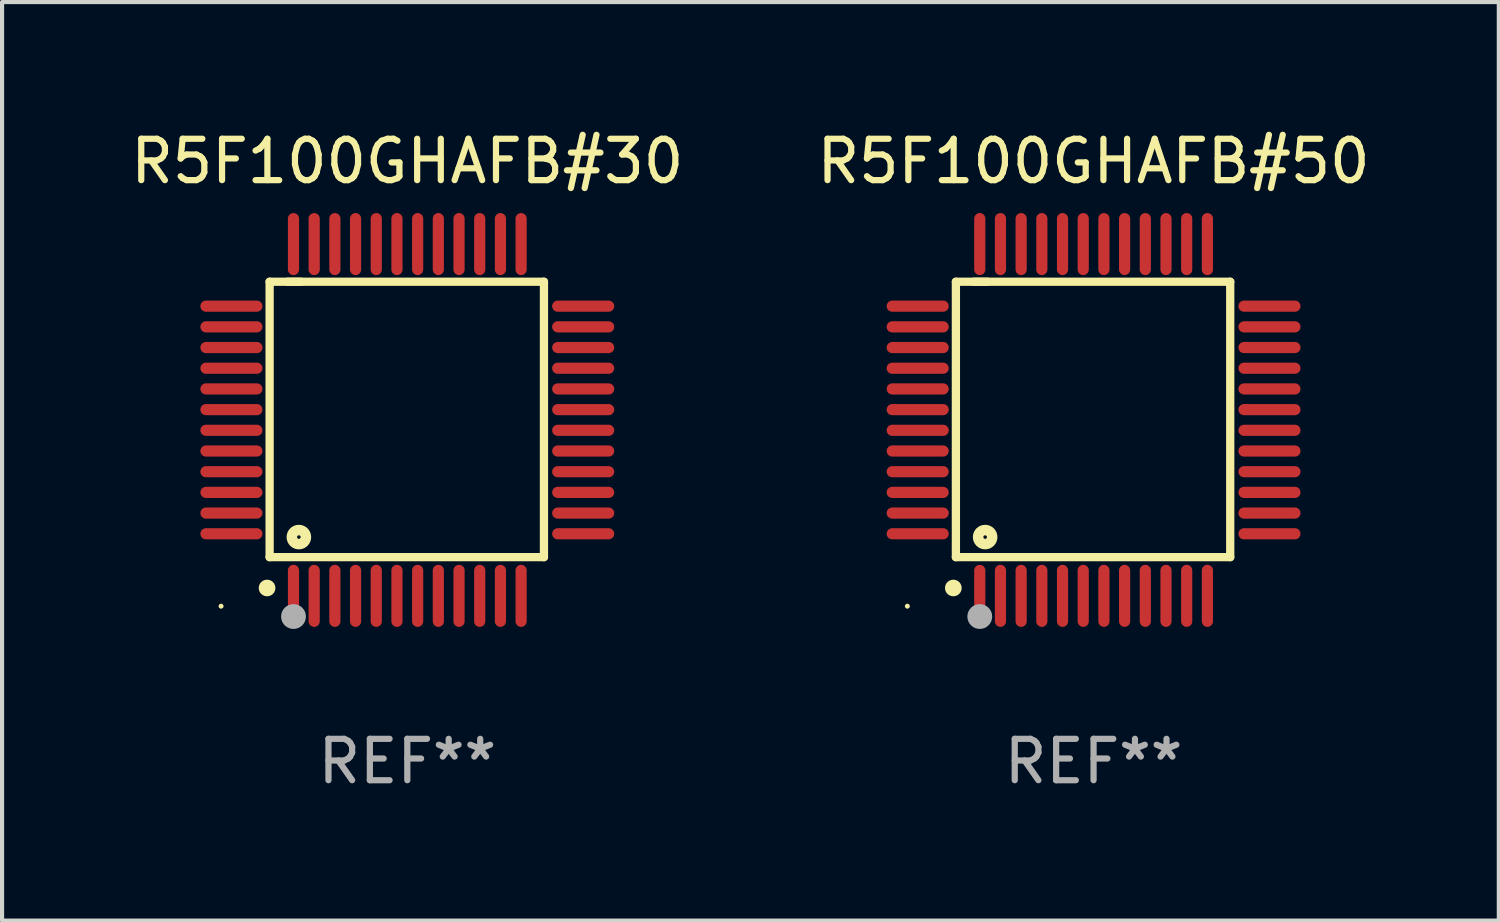
<source format=kicad_pcb>
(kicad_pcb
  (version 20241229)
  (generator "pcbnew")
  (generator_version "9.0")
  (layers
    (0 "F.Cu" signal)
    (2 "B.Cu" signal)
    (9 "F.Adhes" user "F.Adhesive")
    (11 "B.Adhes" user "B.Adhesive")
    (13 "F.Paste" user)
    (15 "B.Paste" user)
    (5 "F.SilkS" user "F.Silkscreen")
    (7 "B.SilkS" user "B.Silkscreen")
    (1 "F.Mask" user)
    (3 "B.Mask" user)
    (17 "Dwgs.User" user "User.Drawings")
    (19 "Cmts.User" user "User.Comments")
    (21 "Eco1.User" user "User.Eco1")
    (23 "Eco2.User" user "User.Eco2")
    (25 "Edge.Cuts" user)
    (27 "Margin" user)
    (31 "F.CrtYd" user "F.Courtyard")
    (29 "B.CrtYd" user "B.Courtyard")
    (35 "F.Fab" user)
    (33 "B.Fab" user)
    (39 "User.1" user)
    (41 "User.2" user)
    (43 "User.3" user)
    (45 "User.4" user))
  (footprint "R5F100GHAFB#50"
    (layer "F.Cu")
    (at 23.375 7.098)
    (property "Reference" "R5F100GHAFB#50" (at 0 -6.25 0) (layer "F.SilkS") (effects (font (size 1 1) (thickness 0.15))))
    (attr through_hole)
    (fp_line (start -3.327 -3.34) (end -2.565 -3.34) (stroke (width 0.2) (type solid)) (layer "F.SilkS"))
    (fp_line (start -3.327 3.315) (end -3.327 -3.34) (stroke (width 0.2) (type solid)) (layer "F.SilkS"))
    (fp_line (start -2.896 -3.34) (end 3.302 -3.34) (stroke (width 0.2) (type solid)) (layer "F.SilkS"))
    (fp_line (start 3.302 -3.34) (end 3.302 3.315) (stroke (width 0.2) (type solid)) (layer "F.SilkS"))
    (fp_line (start 3.302 3.315) (end -3.327 3.315) (stroke (width 0.2) (type solid)) (layer "F.SilkS"))
    (fp_arc (start -3.389992 4.059995) (mid -3.388722 4.059991) (end -3.387452 4.059995) (stroke (width 0.4) (type solid)) (layer "F.SilkS"))
    (fp_circle (center -4.5 4.5) (end -4.47 4.5) (stroke (width 0.06) (type solid)) (fill no) (layer "F.SilkS"))
    (fp_circle (center -2.62 2.83) (end -2.45 2.83) (stroke (width 0.254) (type solid)) (fill no) (layer "F.SilkS"))
    (fp_circle (center -2.75 4.75) (end -2.6 4.75) (stroke (width 0.3) (type solid)) (fill no) (layer "F.Fab"))
    (fp_text user "REF**" (at 0 8.25 0) (layer "F.Fab") (effects (font (size 1 1) (thickness 0.15))))
    (pad "1" smd oval (at -2.75 4.25) (size 0.27 1.5) (layers "F.Cu" "F.Mask" "F.Paste"))
    (pad "2" smd oval (at -2.25 4.25) (size 0.27 1.5) (layers "F.Cu" "F.Mask" "F.Paste"))
    (pad "3" smd oval (at -1.75 4.25) (size 0.27 1.5) (layers "F.Cu" "F.Mask" "F.Paste"))
    (pad "4" smd oval (at -1.25 4.25) (size 0.27 1.5) (layers "F.Cu" "F.Mask" "F.Paste"))
    (pad "5" smd oval (at -0.75 4.25) (size 0.27 1.5) (layers "F.Cu" "F.Mask" "F.Paste"))
    (pad "6" smd oval (at -0.25 4.25) (size 0.27 1.5) (layers "F.Cu" "F.Mask" "F.Paste"))
    (pad "7" smd oval (at 0.25 4.25) (size 0.27 1.5) (layers "F.Cu" "F.Mask" "F.Paste"))
    (pad "8" smd oval (at 0.75 4.25) (size 0.27 1.5) (layers "F.Cu" "F.Mask" "F.Paste"))
    (pad "9" smd oval (at 1.25 4.25) (size 0.27 1.5) (layers "F.Cu" "F.Mask" "F.Paste"))
    (pad "10" smd oval (at 1.75 4.25) (size 0.27 1.5) (layers "F.Cu" "F.Mask" "F.Paste"))
    (pad "11" smd oval (at 2.25 4.25) (size 0.27 1.5) (layers "F.Cu" "F.Mask" "F.Paste"))
    (pad "12" smd oval (at 2.75 4.25) (size 0.27 1.5) (layers "F.Cu" "F.Mask" "F.Paste"))
    (pad "13" smd oval (at 4.25 2.75) (size 1.5 0.27) (layers "F.Cu" "F.Mask" "F.Paste"))
    (pad "14" smd oval (at 4.25 2.25) (size 1.5 0.27) (layers "F.Cu" "F.Mask" "F.Paste"))
    (pad "15" smd oval (at 4.25 1.75) (size 1.5 0.27) (layers "F.Cu" "F.Mask" "F.Paste"))
    (pad "16" smd oval (at 4.25 1.25) (size 1.5 0.27) (layers "F.Cu" "F.Mask" "F.Paste"))
    (pad "17" smd oval (at 4.25 0.75) (size 1.5 0.27) (layers "F.Cu" "F.Mask" "F.Paste"))
    (pad "18" smd oval (at 4.25 0.25) (size 1.5 0.27) (layers "F.Cu" "F.Mask" "F.Paste"))
    (pad "19" smd oval (at 4.25 -0.25) (size 1.5 0.27) (layers "F.Cu" "F.Mask" "F.Paste"))
    (pad "20" smd oval (at 4.25 -0.75) (size 1.5 0.27) (layers "F.Cu" "F.Mask" "F.Paste"))
    (pad "21" smd oval (at 4.25 -1.25) (size 1.5 0.27) (layers "F.Cu" "F.Mask" "F.Paste"))
    (pad "22" smd oval (at 4.25 -1.75) (size 1.5 0.27) (layers "F.Cu" "F.Mask" "F.Paste"))
    (pad "23" smd oval (at 4.25 -2.25) (size 1.5 0.27) (layers "F.Cu" "F.Mask" "F.Paste"))
    (pad "24" smd oval (at 4.25 -2.75) (size 1.5 0.27) (layers "F.Cu" "F.Mask" "F.Paste"))
    (pad "25" smd oval (at 2.75 -4.25) (size 0.27 1.5) (layers "F.Cu" "F.Mask" "F.Paste"))
    (pad "26" smd oval (at 2.25 -4.25) (size 0.27 1.5) (layers "F.Cu" "F.Mask" "F.Paste"))
    (pad "27" smd oval (at 1.75 -4.25) (size 0.27 1.5) (layers "F.Cu" "F.Mask" "F.Paste"))
    (pad "28" smd oval (at 1.25 -4.25) (size 0.27 1.5) (layers "F.Cu" "F.Mask" "F.Paste"))
    (pad "29" smd oval (at 0.75 -4.25) (size 0.27 1.5) (layers "F.Cu" "F.Mask" "F.Paste"))
    (pad "30" smd oval (at 0.25 -4.25) (size 0.27 1.5) (layers "F.Cu" "F.Mask" "F.Paste"))
    (pad "31" smd oval (at -0.25 -4.25) (size 0.27 1.5) (layers "F.Cu" "F.Mask" "F.Paste"))
    (pad "32" smd oval (at -0.75 -4.25) (size 0.27 1.5) (layers "F.Cu" "F.Mask" "F.Paste"))
    (pad "33" smd oval (at -1.25 -4.25) (size 0.27 1.5) (layers "F.Cu" "F.Mask" "F.Paste"))
    (pad "34" smd oval (at -1.75 -4.25) (size 0.27 1.5) (layers "F.Cu" "F.Mask" "F.Paste"))
    (pad "35" smd oval (at -2.25 -4.25) (size 0.27 1.5) (layers "F.Cu" "F.Mask" "F.Paste"))
    (pad "36" smd oval (at -2.75 -4.25) (size 0.27 1.5) (layers "F.Cu" "F.Mask" "F.Paste"))
    (pad "37" smd oval (at -4.25 -2.75) (size 1.5 0.27) (layers "F.Cu" "F.Mask" "F.Paste"))
    (pad "38" smd oval (at -4.25 -2.25) (size 1.5 0.27) (layers "F.Cu" "F.Mask" "F.Paste"))
    (pad "39" smd oval (at -4.25 -1.75) (size 1.5 0.27) (layers "F.Cu" "F.Mask" "F.Paste"))
    (pad "40" smd oval (at -4.25 -1.25) (size 1.5 0.27) (layers "F.Cu" "F.Mask" "F.Paste"))
    (pad "41" smd oval (at -4.25 -0.75) (size 1.5 0.27) (layers "F.Cu" "F.Mask" "F.Paste"))
    (pad "42" smd oval (at -4.25 -0.25) (size 1.5 0.27) (layers "F.Cu" "F.Mask" "F.Paste"))
    (pad "43" smd oval (at -4.25 0.25) (size 1.5 0.27) (layers "F.Cu" "F.Mask" "F.Paste"))
    (pad "44" smd oval (at -4.25 0.75) (size 1.5 0.27) (layers "F.Cu" "F.Mask" "F.Paste"))
    (pad "45" smd oval (at -4.25 1.25) (size 1.5 0.27) (layers "F.Cu" "F.Mask" "F.Paste"))
    (pad "46" smd oval (at -4.25 1.75) (size 1.5 0.27) (layers "F.Cu" "F.Mask" "F.Paste"))
    (pad "47" smd oval (at -4.25 2.25) (size 1.5 0.27) (layers "F.Cu" "F.Mask" "F.Paste"))
    (pad "48" smd oval (at -4.25 2.75) (size 1.5 0.27) (layers "F.Cu" "F.Mask" "F.Paste")))
  (footprint "R5F100GHAFB#30"
    (layer "F.Cu")
    (at 6.792 7.098)
    (property "Reference" "R5F100GHAFB#30" (at 0 -6.25 0) (layer "F.SilkS") (effects (font (size 1 1) (thickness 0.15))))
    (attr through_hole)
    (fp_line (start -3.327 -3.34) (end -2.565 -3.34) (stroke (width 0.2) (type solid)) (layer "F.SilkS"))
    (fp_line (start -3.327 3.315) (end -3.327 -3.34) (stroke (width 0.2) (type solid)) (layer "F.SilkS"))
    (fp_line (start -2.896 -3.34) (end 3.302 -3.34) (stroke (width 0.2) (type solid)) (layer "F.SilkS"))
    (fp_line (start 3.302 -3.34) (end 3.302 3.315) (stroke (width 0.2) (type solid)) (layer "F.SilkS"))
    (fp_line (start 3.302 3.315) (end -3.327 3.315) (stroke (width 0.2) (type solid)) (layer "F.SilkS"))
    (fp_arc (start -3.389992 4.059995) (mid -3.388722 4.059991) (end -3.387452 4.059995) (stroke (width 0.4) (type solid)) (layer "F.SilkS"))
    (fp_circle (center -4.5 4.5) (end -4.47 4.5) (stroke (width 0.06) (type solid)) (fill no) (layer "F.SilkS"))
    (fp_circle (center -2.62 2.83) (end -2.45 2.83) (stroke (width 0.254) (type solid)) (fill no) (layer "F.SilkS"))
    (fp_circle (center -2.75 4.75) (end -2.6 4.75) (stroke (width 0.3) (type solid)) (fill no) (layer "F.Fab"))
    (fp_text user "REF**" (at 0 8.25 0) (layer "F.Fab") (effects (font (size 1 1) (thickness 0.15))))
    (pad "1" smd oval (at -2.75 4.25) (size 0.27 1.5) (layers "F.Cu" "F.Mask" "F.Paste"))
    (pad "2" smd oval (at -2.25 4.25) (size 0.27 1.5) (layers "F.Cu" "F.Mask" "F.Paste"))
    (pad "3" smd oval (at -1.75 4.25) (size 0.27 1.5) (layers "F.Cu" "F.Mask" "F.Paste"))
    (pad "4" smd oval (at -1.25 4.25) (size 0.27 1.5) (layers "F.Cu" "F.Mask" "F.Paste"))
    (pad "5" smd oval (at -0.75 4.25) (size 0.27 1.5) (layers "F.Cu" "F.Mask" "F.Paste"))
    (pad "6" smd oval (at -0.25 4.25) (size 0.27 1.5) (layers "F.Cu" "F.Mask" "F.Paste"))
    (pad "7" smd oval (at 0.25 4.25) (size 0.27 1.5) (layers "F.Cu" "F.Mask" "F.Paste"))
    (pad "8" smd oval (at 0.75 4.25) (size 0.27 1.5) (layers "F.Cu" "F.Mask" "F.Paste"))
    (pad "9" smd oval (at 1.25 4.25) (size 0.27 1.5) (layers "F.Cu" "F.Mask" "F.Paste"))
    (pad "10" smd oval (at 1.75 4.25) (size 0.27 1.5) (layers "F.Cu" "F.Mask" "F.Paste"))
    (pad "11" smd oval (at 2.25 4.25) (size 0.27 1.5) (layers "F.Cu" "F.Mask" "F.Paste"))
    (pad "12" smd oval (at 2.75 4.25) (size 0.27 1.5) (layers "F.Cu" "F.Mask" "F.Paste"))
    (pad "13" smd oval (at 4.25 2.75) (size 1.5 0.27) (layers "F.Cu" "F.Mask" "F.Paste"))
    (pad "14" smd oval (at 4.25 2.25) (size 1.5 0.27) (layers "F.Cu" "F.Mask" "F.Paste"))
    (pad "15" smd oval (at 4.25 1.75) (size 1.5 0.27) (layers "F.Cu" "F.Mask" "F.Paste"))
    (pad "16" smd oval (at 4.25 1.25) (size 1.5 0.27) (layers "F.Cu" "F.Mask" "F.Paste"))
    (pad "17" smd oval (at 4.25 0.75) (size 1.5 0.27) (layers "F.Cu" "F.Mask" "F.Paste"))
    (pad "18" smd oval (at 4.25 0.25) (size 1.5 0.27) (layers "F.Cu" "F.Mask" "F.Paste"))
    (pad "19" smd oval (at 4.25 -0.25) (size 1.5 0.27) (layers "F.Cu" "F.Mask" "F.Paste"))
    (pad "20" smd oval (at 4.25 -0.75) (size 1.5 0.27) (layers "F.Cu" "F.Mask" "F.Paste"))
    (pad "21" smd oval (at 4.25 -1.25) (size 1.5 0.27) (layers "F.Cu" "F.Mask" "F.Paste"))
    (pad "22" smd oval (at 4.25 -1.75) (size 1.5 0.27) (layers "F.Cu" "F.Mask" "F.Paste"))
    (pad "23" smd oval (at 4.25 -2.25) (size 1.5 0.27) (layers "F.Cu" "F.Mask" "F.Paste"))
    (pad "24" smd oval (at 4.25 -2.75) (size 1.5 0.27) (layers "F.Cu" "F.Mask" "F.Paste"))
    (pad "25" smd oval (at 2.75 -4.25) (size 0.27 1.5) (layers "F.Cu" "F.Mask" "F.Paste"))
    (pad "26" smd oval (at 2.25 -4.25) (size 0.27 1.5) (layers "F.Cu" "F.Mask" "F.Paste"))
    (pad "27" smd oval (at 1.75 -4.25) (size 0.27 1.5) (layers "F.Cu" "F.Mask" "F.Paste"))
    (pad "28" smd oval (at 1.25 -4.25) (size 0.27 1.5) (layers "F.Cu" "F.Mask" "F.Paste"))
    (pad "29" smd oval (at 0.75 -4.25) (size 0.27 1.5) (layers "F.Cu" "F.Mask" "F.Paste"))
    (pad "30" smd oval (at 0.25 -4.25) (size 0.27 1.5) (layers "F.Cu" "F.Mask" "F.Paste"))
    (pad "31" smd oval (at -0.25 -4.25) (size 0.27 1.5) (layers "F.Cu" "F.Mask" "F.Paste"))
    (pad "32" smd oval (at -0.75 -4.25) (size 0.27 1.5) (layers "F.Cu" "F.Mask" "F.Paste"))
    (pad "33" smd oval (at -1.25 -4.25) (size 0.27 1.5) (layers "F.Cu" "F.Mask" "F.Paste"))
    (pad "34" smd oval (at -1.75 -4.25) (size 0.27 1.5) (layers "F.Cu" "F.Mask" "F.Paste"))
    (pad "35" smd oval (at -2.25 -4.25) (size 0.27 1.5) (layers "F.Cu" "F.Mask" "F.Paste"))
    (pad "36" smd oval (at -2.75 -4.25) (size 0.27 1.5) (layers "F.Cu" "F.Mask" "F.Paste"))
    (pad "37" smd oval (at -4.25 -2.75) (size 1.5 0.27) (layers "F.Cu" "F.Mask" "F.Paste"))
    (pad "38" smd oval (at -4.25 -2.25) (size 1.5 0.27) (layers "F.Cu" "F.Mask" "F.Paste"))
    (pad "39" smd oval (at -4.25 -1.75) (size 1.5 0.27) (layers "F.Cu" "F.Mask" "F.Paste"))
    (pad "40" smd oval (at -4.25 -1.25) (size 1.5 0.27) (layers "F.Cu" "F.Mask" "F.Paste"))
    (pad "41" smd oval (at -4.25 -0.75) (size 1.5 0.27) (layers "F.Cu" "F.Mask" "F.Paste"))
    (pad "42" smd oval (at -4.25 -0.25) (size 1.5 0.27) (layers "F.Cu" "F.Mask" "F.Paste"))
    (pad "43" smd oval (at -4.25 0.25) (size 1.5 0.27) (layers "F.Cu" "F.Mask" "F.Paste"))
    (pad "44" smd oval (at -4.25 0.75) (size 1.5 0.27) (layers "F.Cu" "F.Mask" "F.Paste"))
    (pad "45" smd oval (at -4.25 1.25) (size 1.5 0.27) (layers "F.Cu" "F.Mask" "F.Paste"))
    (pad "46" smd oval (at -4.25 1.75) (size 1.5 0.27) (layers "F.Cu" "F.Mask" "F.Paste"))
    (pad "47" smd oval (at -4.25 2.25) (size 1.5 0.27) (layers "F.Cu" "F.Mask" "F.Paste"))
    (pad "48" smd oval (at -4.25 2.75) (size 1.5 0.27) (layers "F.Cu" "F.Mask" "F.Paste")))
  (gr_rect
    (start -3 -3)
    (end 33.167 19.196)
    (stroke (width 0.1) (type default))
    (fill no)
    (layer "Edge.Cuts")))
</source>
